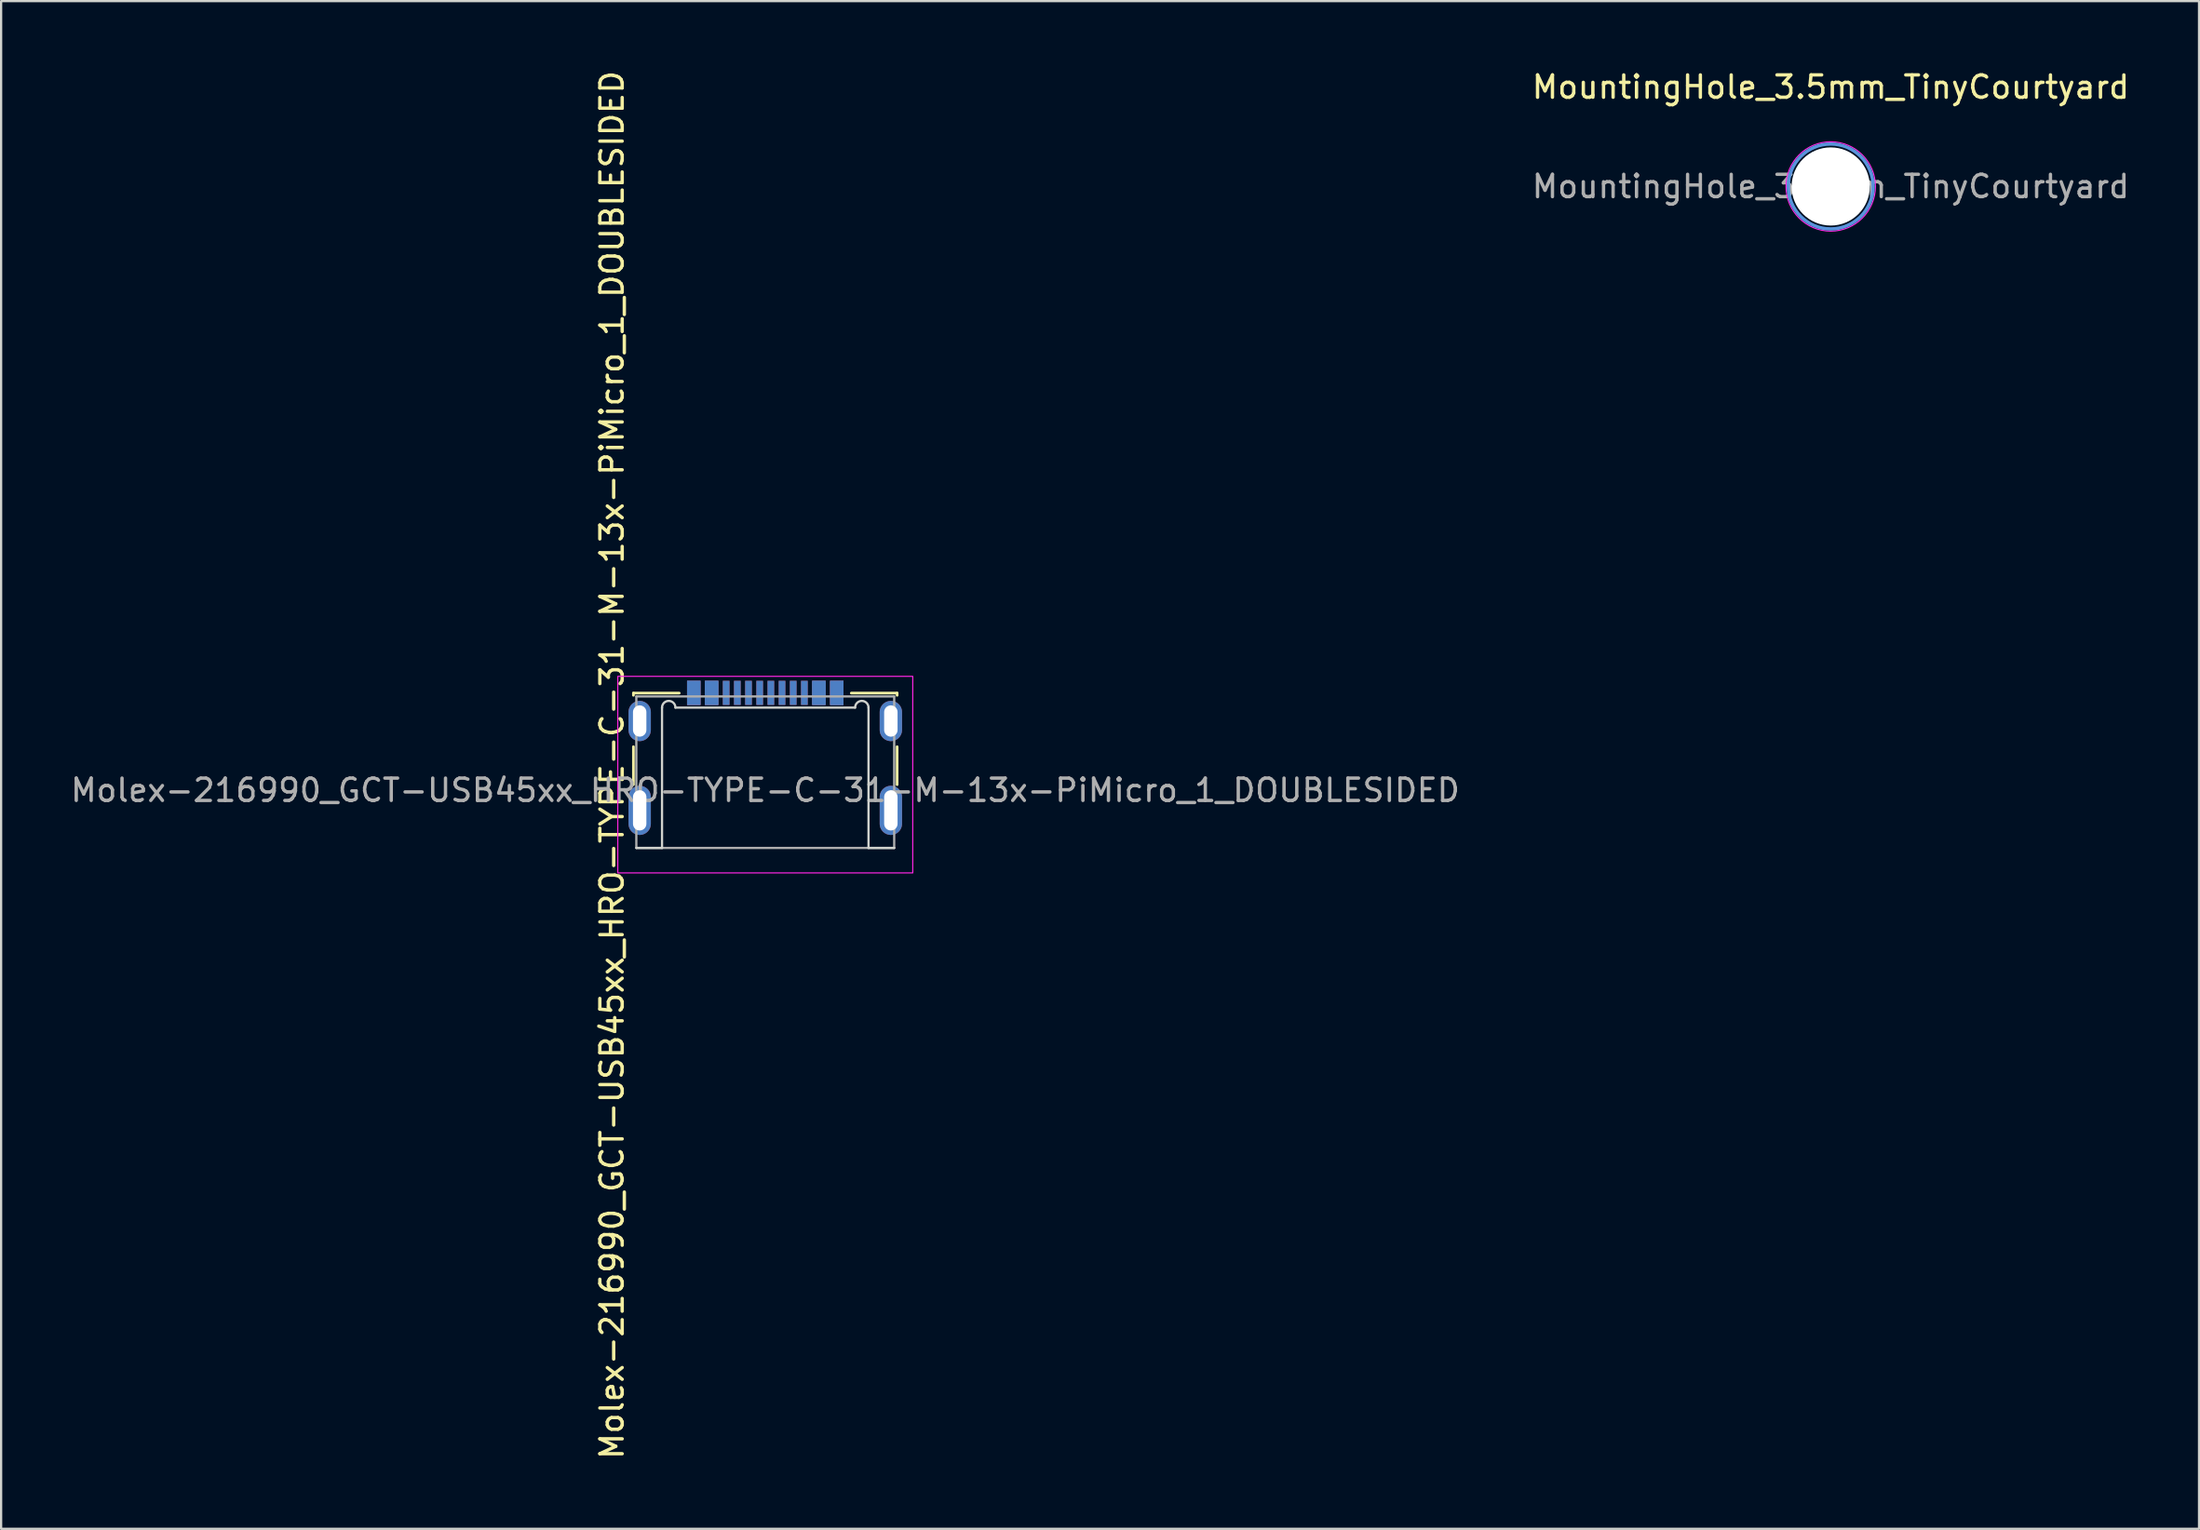
<source format=kicad_pcb>
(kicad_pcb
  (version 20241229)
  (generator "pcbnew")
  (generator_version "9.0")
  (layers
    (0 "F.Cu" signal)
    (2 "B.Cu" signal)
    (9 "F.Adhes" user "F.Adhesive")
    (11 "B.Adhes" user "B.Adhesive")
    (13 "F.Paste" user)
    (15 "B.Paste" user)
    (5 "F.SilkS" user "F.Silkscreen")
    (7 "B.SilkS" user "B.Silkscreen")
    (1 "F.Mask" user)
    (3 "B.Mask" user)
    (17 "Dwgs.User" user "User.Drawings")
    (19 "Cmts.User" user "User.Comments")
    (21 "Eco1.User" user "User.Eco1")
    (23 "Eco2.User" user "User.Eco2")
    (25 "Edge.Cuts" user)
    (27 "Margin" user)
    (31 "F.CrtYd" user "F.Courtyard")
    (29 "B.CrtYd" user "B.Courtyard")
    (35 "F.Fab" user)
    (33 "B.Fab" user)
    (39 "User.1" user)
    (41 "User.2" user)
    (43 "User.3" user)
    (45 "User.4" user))
  (footprint "Molex-216990_GCT-USB45xx_HRO-TYPE-C-31-M-13x-PiMicro_1_DOUBLESIDED"
    (layer "F.Cu")
    (at 31.196 34.411)
    (property "Reference" "Molex-216990_GCT-USB45xx_HRO-TYPE-C-31-M-13x-PiMicro_1_DOUBLESIDED" (at -6.858 -3.215 90) (unlocked yes) (layer "F.SilkS") (effects (font (size 1 1) (thickness 0.15))))
    (attr smd)
    (fp_line (start -5.9 -6.433) (end -3.85 -6.433) (stroke (width 0.12) (type solid)) (layer "F.SilkS"))
    (fp_line (start -5.9 -6.333) (end -5.9 -6.433) (stroke (width 0.12) (type solid)) (layer "F.SilkS"))
    (fp_line (start -5.9 -2.333) (end -5.9 -4.033) (stroke (width 0.12) (type solid)) (layer "F.SilkS"))
    (fp_line (start 3.85 -6.433) (end 5.9 -6.433) (stroke (width 0.12) (type solid)) (layer "F.SilkS"))
    (fp_line (start 5.9 -6.333) (end 5.9 -6.433) (stroke (width 0.12) (type solid)) (layer "F.SilkS"))
    (fp_line (start 5.9 -2.333) (end 5.9 -4.033) (stroke (width 0.12) (type solid)) (layer "F.SilkS"))
    (fp_line (start -4.62 -5.783) (end -4.62 0.5) (stroke (width 0.1) (type solid)) (layer "Edge.Cuts"))
    (fp_line (start -4.62 0.5) (end -5.77 0.5) (stroke (width 0.1) (type solid)) (layer "Edge.Cuts"))
    (fp_line (start 4.02 -5.783) (end -4.02 -5.783) (stroke (width 0.1) (type solid)) (layer "Edge.Cuts"))
    (fp_line (start 4.62 0.5) (end 4.62 -5.783) (stroke (width 0.1) (type solid)) (layer "Edge.Cuts"))
    (fp_line (start 5.77 0.5) (end 4.62 0.5) (stroke (width 0.1) (type solid)) (layer "Edge.Cuts"))
    (fp_arc (start -4.62 -5.783) (mid -4.32 -6.083) (end -4.02 -5.783) (stroke (width 0.1) (type solid)) (layer "Edge.Cuts"))
    (fp_arc (start 4.02 -5.783) (mid 4.32 -6.083) (end 4.62 -5.783) (stroke (width 0.1) (type solid)) (layer "Edge.Cuts"))
    (fp_rect (start -6.6 -7.183) (end 6.6 1.617) (stroke (width 0.05) (type solid)) (fill no) (layer "F.CrtYd"))
    (fp_line (start -5.77 -6.283) (end 5.77 -6.283) (stroke (width 0.1) (type solid)) (layer "F.Fab"))
    (fp_line (start -5.77 0.5) (end -5.77 -6.283) (stroke (width 0.1) (type solid)) (layer "F.Fab"))
    (fp_line (start 5.77 -6.283) (end 5.77 0.5) (stroke (width 0.1) (type solid)) (layer "F.Fab"))
    (fp_line (start 5.77 0.5) (end -5.77 0.5) (stroke (width 0.1) (type solid)) (layer "F.Fab"))
    (fp_rect (start -6.125 0.5) (end 6.125 12) (stroke (width 0.05) (type default)) (fill no) (layer "User.9"))
    (fp_text user "${REFERENCE}" (at 0 -2.083 0) (unlocked yes) (layer "F.Fab") (effects (font (size 1 1) (thickness 0.15))))
    (pad "A1" smd rect (at -3.2 -6.441) (size 0.6 1.083) (layers "F.Cu" "F.Mask" "F.Paste"))
    (pad "A1" smd rect (at 3.2 -6.441) (size 0.6 1.083) (layers "B.Cu" "B.Mask" "B.Paste"))
    (pad "A4" smd rect (at -2.4 -6.443) (size 0.6 1.08) (layers "F.Cu" "F.Mask" "F.Paste"))
    (pad "A4" smd rect (at 2.4 -6.443) (size 0.6 1.08) (layers "B.Cu" "B.Mask" "B.Paste"))
    (pad "A5" smd rect (at -1.25 -6.443) (size 0.3 1.08) (layers "F.Cu" "F.Mask" "F.Paste"))
    (pad "A5" smd rect (at 1.25 -6.443) (size 0.3 1.08) (layers "B.Cu" "B.Mask" "B.Paste"))
    (pad "A6" smd rect (at -0.25 -6.443) (size 0.3 1.08) (layers "F.Cu" "F.Mask" "F.Paste"))
    (pad "A6" smd rect (at 0.25 -6.443) (size 0.3 1.08) (layers "B.Cu" "B.Mask" "B.Paste"))
    (pad "A7" smd rect (at -0.25 -6.443) (size 0.3 1.08) (layers "B.Cu" "B.Mask" "B.Paste"))
    (pad "A7" smd rect (at 0.25 -6.443) (size 0.3 1.08) (layers "F.Cu" "F.Mask" "F.Paste"))
    (pad "A8" smd rect (at -1.25 -6.443) (size 0.3 1.08) (layers "B.Cu" "B.Mask" "B.Paste"))
    (pad "A8" smd rect (at 1.25 -6.443) (size 0.3 1.08) (layers "F.Cu" "F.Mask" "F.Paste"))
    (pad "A9" smd rect (at -2.4 -6.443) (size 0.6 1.08) (layers "B.Cu" "B.Mask" "B.Paste"))
    (pad "A9" smd rect (at 2.4 -6.443) (size 0.6 1.08) (layers "F.Cu" "F.Mask" "F.Paste"))
    (pad "A12" smd rect (at -3.2 -6.443) (size 0.6 1.08) (layers "B.Cu" "B.Mask" "B.Paste"))
    (pad "A12" smd rect (at 3.2 -6.443) (size 0.6 1.08) (layers "F.Cu" "F.Mask" "F.Paste"))
    (pad "B1" smd rect (at -3.2 -6.443) (size 0.6 1.08) (layers "B.Cu" "B.Mask" "B.Paste"))
    (pad "B1" smd rect (at 3.2 -6.443) (size 0.6 1.08) (layers "F.Cu" "F.Mask" "F.Paste"))
    (pad "B4" smd rect (at -2.4 -6.443) (size 0.6 1.08) (layers "B.Cu" "B.Mask" "B.Paste"))
    (pad "B4" smd rect (at 2.4 -6.443) (size 0.6 1.08) (layers "F.Cu" "F.Mask" "F.Paste"))
    (pad "B5" smd rect (at -1.75 -6.443) (size 0.3 1.08) (layers "B.Cu" "B.Mask" "B.Paste"))
    (pad "B5" smd rect (at 1.75 -6.443) (size 0.3 1.08) (layers "F.Cu" "F.Mask" "F.Paste"))
    (pad "B6" smd rect (at -0.75 -6.443) (size 0.3 1.08) (layers "B.Cu" "B.Mask" "B.Paste"))
    (pad "B6" smd rect (at 0.75 -6.443) (size 0.3 1.08) (layers "F.Cu" "F.Mask" "F.Paste"))
    (pad "B7" smd rect (at -0.75 -6.443) (size 0.3 1.08) (layers "F.Cu" "F.Mask" "F.Paste"))
    (pad "B7" smd rect (at 0.75 -6.443) (size 0.3 1.08) (layers "B.Cu" "B.Mask" "B.Paste"))
    (pad "B8" smd rect (at -1.75 -6.443) (size 0.3 1.08) (layers "F.Cu" "F.Mask" "F.Paste"))
    (pad "B8" smd rect (at 1.75 -6.443) (size 0.3 1.08) (layers "B.Cu" "B.Mask" "B.Paste"))
    (pad "B9" smd rect (at -2.4 -6.443) (size 0.6 1.08) (layers "F.Cu" "F.Mask" "F.Paste"))
    (pad "B9" smd rect (at 2.4 -6.443) (size 0.6 1.08) (layers "B.Cu" "B.Mask" "B.Paste"))
    (pad "B12" smd rect (at -3.2 -6.441) (size 0.6 1.083) (layers "F.Cu" "F.Mask" "F.Paste"))
    (pad "B12" smd rect (at 3.2 -6.441) (size 0.6 1.083) (layers "B.Cu" "B.Mask" "B.Paste"))
    (pad "S1" thru_hole oval (at -5.62 -5.183) (size 1 1.8) (drill oval 0.6 1.4) (layers "*.Cu" "*.Mask"))
    (pad "S1" thru_hole oval (at -5.62 -1.183) (size 1 2.2) (drill oval 0.6 1.8) (layers "*.Cu" "*.Mask"))
    (pad "S1" thru_hole oval (at 5.62 -5.183) (size 1 1.8) (drill oval 0.6 1.4) (layers "*.Cu" "*.Mask"))
    (pad "S1" thru_hole oval (at 5.62 -1.183) (size 1 2.2) (drill oval 0.6 1.8) (layers "*.Cu" "*.Mask")))
  (footprint "MountingHole_3.5mm_TinyCourtyard"
    (layer "F.Cu")
    (at 78.875 5.298)
    (property "Reference" "MountingHole_3.5mm_TinyCourtyard" (at 0 -4.45 0) (layer "F.SilkS") (effects (font (size 1 1) (thickness 0.15))))
    (attr exclude_from_pos_files exclude_from_bom)
    (fp_circle (center 0 0) (end 1.9 0) (stroke (width 0.15) (type solid)) (fill no) (layer "Cmts.User"))
    (fp_circle (center 0 0) (end 2 0) (stroke (width 0.05) (type solid)) (fill no) (layer "F.CrtYd"))
    (fp_text user "${REFERENCE}" (at 0 0 0) (layer "F.Fab") (effects (font (size 1 1) (thickness 0.15))))
    (pad "" np_thru_hole circle (at 0 0) (size 3.5 3.5) (drill 3.5) (layers "*.Cu" "*.Mask")))
  (gr_rect
    (start -3 -3)
    (end 95.357 65.393)
    (stroke (width 0.1) (type default))
    (fill no)
    (layer "Edge.Cuts")))
</source>
